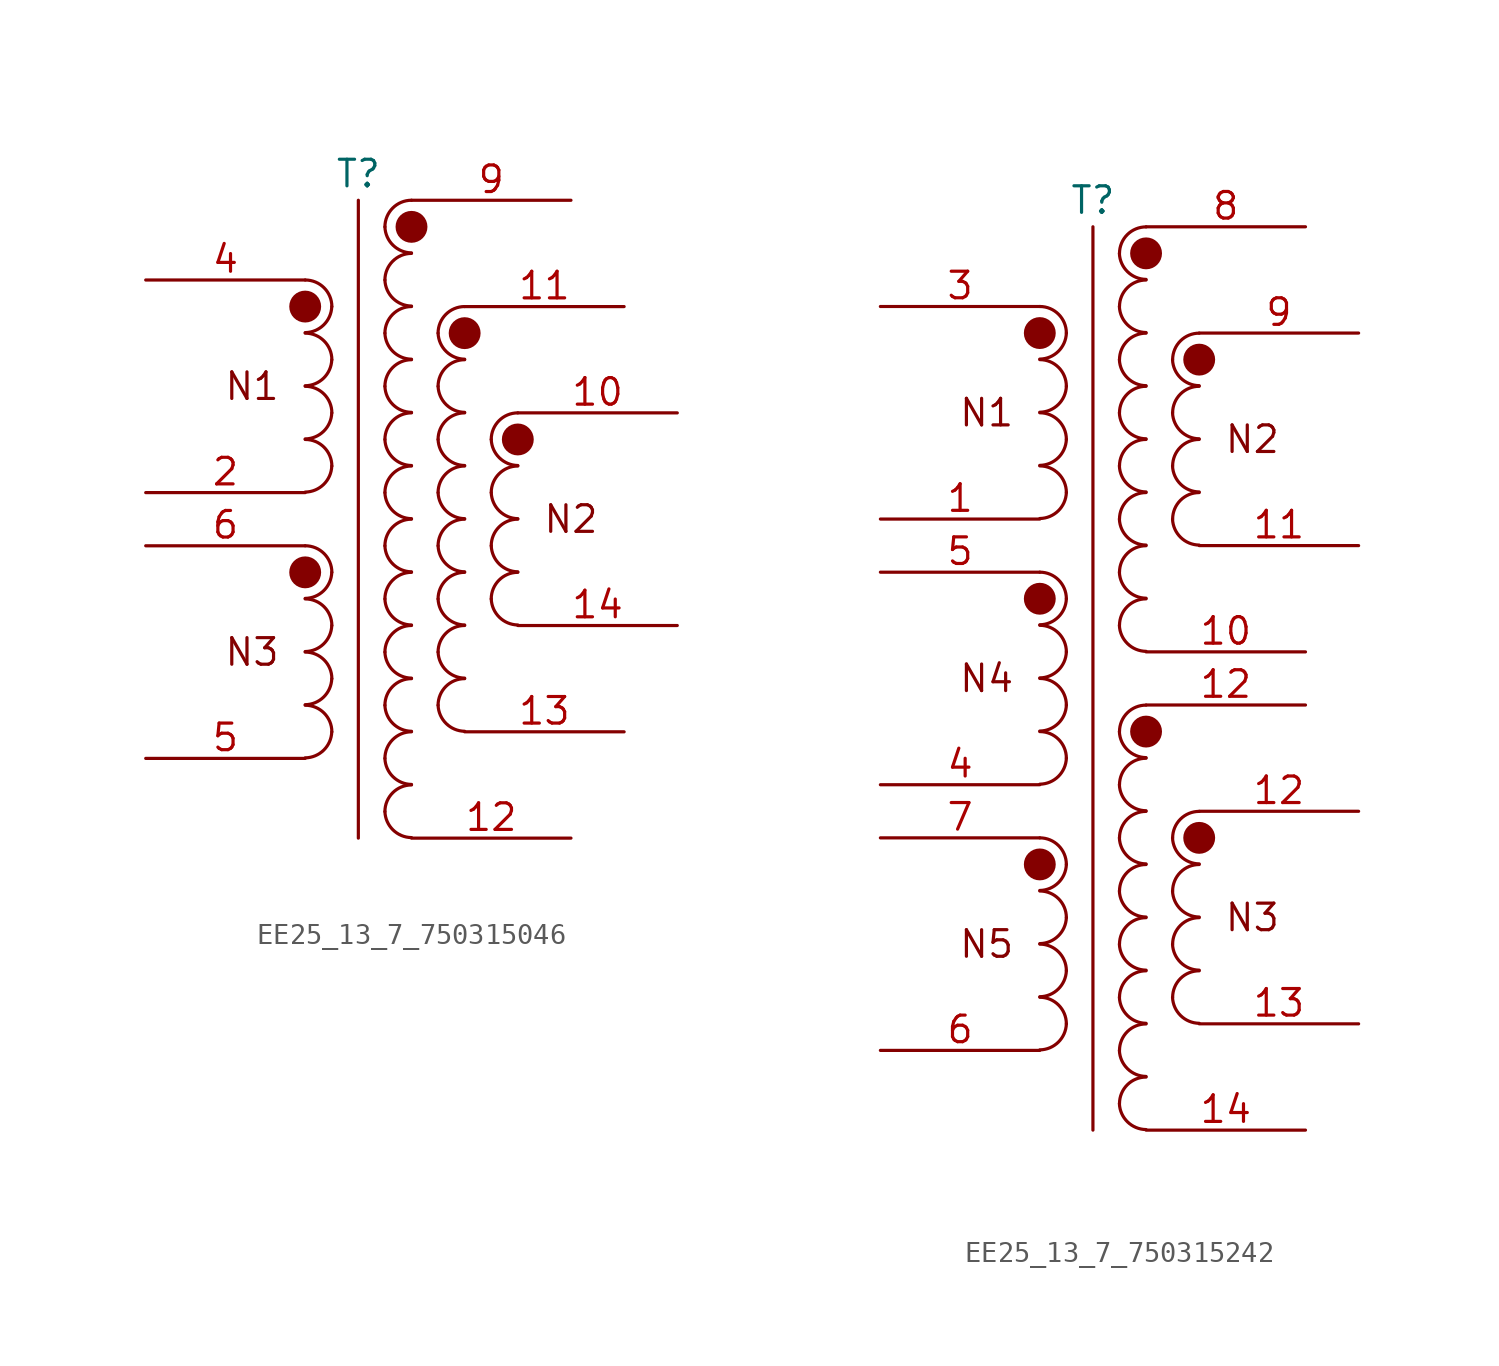
<source format=kicad_sym>
(kicad_symbol_lib
  (version 20220914)
  (generator kicad_symbol_editor)
  (symbol "EE25_13_7_750315046"
    (pin_names hide)
    (property "Reference" "T"
      (at 0 16.51 0)
      (effects (font (size 1.27 1.27))))
    (property "Critical Parameter" ""
      (at 0 -5.08 0)
      (effects (font (size 1.27 1.27)) (justify left)))
    (symbol "EE25_13_7_750315046_0_1"
      (arc (start -2.54 -11.4046) (mid -1.6561 -11.0363) (end -1.27 -10.16) (stroke (width 0) (type default)) (fill (type none)))
      (arc (start -2.54 -8.8646) (mid -1.6561 -8.4963) (end -1.27 -7.62) (stroke (width 0) (type default)) (fill (type none)))
      (arc (start -2.54 -6.3246) (mid -1.6561 -5.9563) (end -1.27 -5.08) (stroke (width 0) (type default)) (fill (type none)))
      (arc (start -2.54 -3.7846) (mid -1.6561 -3.4163) (end -1.27 -2.54) (stroke (width 0) (type default)) (fill (type none)))
      (arc (start -2.54 1.2954) (mid -1.6561 1.6637) (end -1.27 2.54) (stroke (width 0) (type default)) (fill (type none)))
      (arc (start -2.54 3.8354) (mid -1.6561 4.2037) (end -1.27 5.08) (stroke (width 0) (type default)) (fill (type none)))
      (arc (start -2.54 6.3754) (mid -1.6561 6.7437) (end -1.27 7.62) (stroke (width 0) (type default)) (fill (type none)))
      (arc (start -2.54 8.9154) (mid -1.6561 9.2837) (end -1.27 10.16) (stroke (width 0) (type default)) (fill (type none)))
      (arc (start -1.27 -10.16) (mid -1.642 -9.262) (end -2.54 -8.89) (stroke (width 0) (type default)) (fill (type none)))
      (arc (start -1.27 -7.62) (mid -1.642 -6.722) (end -2.54 -6.35) (stroke (width 0) (type default)) (fill (type none)))
      (arc (start -1.27 -5.08) (mid -1.642 -4.182) (end -2.54 -3.81) (stroke (width 0) (type default)) (fill (type none)))
      (arc (start -1.27 -2.54) (mid -1.642 -1.642) (end -2.54 -1.27) (stroke (width 0) (type default)) (fill (type none)))
      (arc (start -1.27 2.54) (mid -1.642 3.438) (end -2.54 3.81) (stroke (width 0) (type default)) (fill (type none)))
      (arc (start -1.27 5.08) (mid -1.642 5.978) (end -2.54 6.35) (stroke (width 0) (type default)) (fill (type none)))
      (arc (start -1.27 7.62) (mid -1.642 8.518) (end -2.54 8.89) (stroke (width 0) (type default)) (fill (type none)))
      (arc (start -1.27 10.16) (mid -1.642 11.058) (end -2.54 11.43) (stroke (width 0) (type default)) (fill (type none)))
      (polyline (pts (xy 0 -15.24) (xy 0 15.24)) (stroke (width 0) (type default)) (fill (type none)))
      (arc (start 1.27 -13.97) (mid 1.656 -14.8464) (end 2.54 -15.2146) (stroke (width 0) (type default)) (fill (type none)))
      (arc (start 1.27 -11.43) (mid 1.656 -12.3064) (end 2.54 -12.6746) (stroke (width 0) (type default)) (fill (type none)))
      (arc (start 1.27 -8.89) (mid 1.656 -9.7664) (end 2.54 -10.1346) (stroke (width 0) (type default)) (fill (type none)))
      (arc (start 1.27 -6.35) (mid 1.656 -7.2264) (end 2.54 -7.5946) (stroke (width 0) (type default)) (fill (type none)))
      (arc (start 1.27 -3.81) (mid 1.656 -4.6864) (end 2.54 -5.0546) (stroke (width 0) (type default)) (fill (type none)))
      (arc (start 1.27 -1.27) (mid 1.656 -2.1464) (end 2.54 -2.5146) (stroke (width 0) (type default)) (fill (type none)))
      (arc (start 1.27 1.27) (mid 1.656 0.3936) (end 2.54 0.0254) (stroke (width 0) (type default)) (fill (type none)))
      (arc (start 1.27 3.81) (mid 1.656 2.9336) (end 2.54 2.5654) (stroke (width 0) (type default)) (fill (type none)))
      (arc (start 1.27 6.35) (mid 1.656 5.4736) (end 2.54 5.1054) (stroke (width 0) (type default)) (fill (type none)))
      (arc (start 1.27 8.89) (mid 1.656 8.0136) (end 2.54 7.6454) (stroke (width 0) (type default)) (fill (type none)))
      (arc (start 1.27 11.43) (mid 1.656 10.5536) (end 2.54 10.1854) (stroke (width 0) (type default)) (fill (type none)))
      (arc (start 1.27 13.97) (mid 1.656 13.0936) (end 2.54 12.7254) (stroke (width 0) (type default)) (fill (type none)))
      (arc (start 2.54 -12.7) (mid 1.642 -13.072) (end 1.27 -13.97) (stroke (width 0) (type default)) (fill (type none)))
      (arc (start 2.54 -10.16) (mid 1.642 -10.532) (end 1.27 -11.43) (stroke (width 0) (type default)) (fill (type none)))
      (arc (start 2.54 -7.62) (mid 1.642 -7.992) (end 1.27 -8.89) (stroke (width 0) (type default)) (fill (type none)))
      (arc (start 2.54 -5.08) (mid 1.642 -5.452) (end 1.27 -6.35) (stroke (width 0) (type default)) (fill (type none)))
      (arc (start 2.54 -2.54) (mid 1.642 -2.912) (end 1.27 -3.81) (stroke (width 0) (type default)) (fill (type none)))
      (arc (start 2.54 0) (mid 1.642 -0.372) (end 1.27 -1.27) (stroke (width 0) (type default)) (fill (type none)))
      (arc (start 2.54 2.54) (mid 1.642 2.168) (end 1.27 1.27) (stroke (width 0) (type default)) (fill (type none)))
      (arc (start 2.54 5.08) (mid 1.642 4.708) (end 1.27 3.81) (stroke (width 0) (type default)) (fill (type none)))
      (arc (start 2.54 7.62) (mid 1.642 7.248) (end 1.27 6.35) (stroke (width 0) (type default)) (fill (type none)))
      (arc (start 2.54 10.16) (mid 1.642 9.788) (end 1.27 8.89) (stroke (width 0) (type default)) (fill (type none)))
      (arc (start 2.54 12.7) (mid 1.642 12.328) (end 1.27 11.43) (stroke (width 0) (type default)) (fill (type none)))
      (arc (start 2.54 15.24) (mid 1.642 14.868) (end 1.27 13.97) (stroke (width 0) (type default)) (fill (type none)))
      (arc (start 3.81 -8.89) (mid 4.196 -9.7664) (end 5.08 -10.1346) (stroke (width 0) (type default)) (fill (type none)))
      (arc (start 3.81 -6.35) (mid 4.196 -7.2264) (end 5.08 -7.5946) (stroke (width 0) (type default)) (fill (type none)))
      (arc (start 3.81 -3.81) (mid 4.196 -4.6864) (end 5.08 -5.0546) (stroke (width 0) (type default)) (fill (type none)))
      (arc (start 3.81 -1.27) (mid 4.196 -2.1464) (end 5.08 -2.5146) (stroke (width 0) (type default)) (fill (type none)))
      (arc (start 3.81 1.27) (mid 4.196 0.3936) (end 5.08 0.0254) (stroke (width 0) (type default)) (fill (type none)))
      (arc (start 3.81 3.81) (mid 4.196 2.9336) (end 5.08 2.5654) (stroke (width 0) (type default)) (fill (type none)))
      (arc (start 3.81 6.35) (mid 4.196 5.4736) (end 5.08 5.1054) (stroke (width 0) (type default)) (fill (type none)))
      (arc (start 3.81 8.89) (mid 4.196 8.0136) (end 5.08 7.6454) (stroke (width 0) (type default)) (fill (type none)))
      (arc (start 5.08 -7.62) (mid 4.182 -7.992) (end 3.81 -8.89) (stroke (width 0) (type default)) (fill (type none)))
      (arc (start 5.08 -5.08) (mid 4.182 -5.452) (end 3.81 -6.35) (stroke (width 0) (type default)) (fill (type none)))
      (arc (start 5.08 -2.54) (mid 4.182 -2.912) (end 3.81 -3.81) (stroke (width 0) (type default)) (fill (type none)))
      (arc (start 5.08 0) (mid 4.182 -0.372) (end 3.81 -1.27) (stroke (width 0) (type default)) (fill (type none)))
      (arc (start 5.08 2.54) (mid 4.182 2.168) (end 3.81 1.27) (stroke (width 0) (type default)) (fill (type none)))
      (arc (start 5.08 5.08) (mid 4.182 4.708) (end 3.81 3.81) (stroke (width 0) (type default)) (fill (type none)))
      (arc (start 5.08 7.62) (mid 4.182 7.248) (end 3.81 6.35) (stroke (width 0) (type default)) (fill (type none)))
      (arc (start 5.08 10.16) (mid 4.182 9.788) (end 3.81 8.89) (stroke (width 0) (type default)) (fill (type none)))
      (arc (start 6.35 -3.81) (mid 6.7361 -4.6863) (end 7.62 -5.0546) (stroke (width 0) (type default)) (fill (type none)))
      (arc (start 6.35 -1.27) (mid 6.7361 -2.1463) (end 7.62 -2.5146) (stroke (width 0) (type default)) (fill (type none)))
      (arc (start 6.35 1.27) (mid 6.7361 0.3937) (end 7.62 0.0254) (stroke (width 0) (type default)) (fill (type none)))
      (arc (start 6.35 3.81) (mid 6.7361 2.9337) (end 7.62 2.5654) (stroke (width 0) (type default)) (fill (type none)))
      (arc (start 7.62 -2.54) (mid 6.722 -2.912) (end 6.35 -3.81) (stroke (width 0) (type default)) (fill (type none)))
      (arc (start 7.62 0) (mid 6.722 -0.372) (end 6.35 -1.27) (stroke (width 0) (type default)) (fill (type none)))
      (arc (start 7.62 2.54) (mid 6.722 2.168) (end 6.35 1.27) (stroke (width 0) (type default)) (fill (type none)))
      (arc (start 7.62 5.08) (mid 6.722 4.708) (end 6.35 3.81) (stroke (width 0) (type default)) (fill (type none))))
    (symbol "EE25_13_7_750315046_1_1"
      (circle (center -2.54 -2.54) (radius 0.0001) (stroke (width 0.762) (type default)) (fill (type none)))
      (circle (center -2.54 10.16) (radius 0.0001) (stroke (width 0.762) (type default)) (fill (type none)))
      (circle (center 2.54 13.97) (radius 0.0001) (stroke (width 0.762) (type default)) (fill (type none)))
      (circle (center 5.08 8.89) (radius 0.0001) (stroke (width 0.762) (type default)) (fill (type none)))
      (circle (center 7.62 3.81) (radius 0.0001) (stroke (width 0.762) (type default)) (fill (type none)))
      (text "N1" (at -5.08 6.35 0) (effects (font (size 1.27 1.27))))
      (text "N2" (at 10.16 0 0) (effects (font (size 1.27 1.27))))
      (text "N3" (at -5.08 -6.35 0) (effects (font (size 1.27 1.27))))
      (pin passive line (at 15.24 5.08 180) (length 7.62) (name "10" (effects (font (size 1.27 1.27)))) (number "10" (effects (font (size 1.27 1.27)))))
      (pin passive line (at 12.7 10.16 180) (length 7.62) (name "11" (effects (font (size 1.27 1.27)))) (number "11" (effects (font (size 1.27 1.27)))))
      (pin passive line (at 10.16 -15.24 180) (length 7.62) (name "12" (effects (font (size 1.27 1.27)))) (number "12" (effects (font (size 1.27 1.27)))))
      (pin passive line (at 12.7 -10.16 180) (length 7.62) (name "13" (effects (font (size 1.27 1.27)))) (number "13" (effects (font (size 1.27 1.27)))))
      (pin passive line (at 15.24 -5.08 180) (length 7.62) (name "14" (effects (font (size 1.27 1.27)))) (number "14" (effects (font (size 1.27 1.27)))))
      (pin passive line (at -10.16 1.27 0) (length 7.62) (name "2" (effects (font (size 1.27 1.27)))) (number "2" (effects (font (size 1.27 1.27)))))
      (pin passive line (at -10.16 11.43 0) (length 7.62) (name "4" (effects (font (size 1.27 1.27)))) (number "4" (effects (font (size 1.27 1.27)))))
      (pin passive line (at -10.16 -11.43 0) (length 7.62) (name "5" (effects (font (size 1.27 1.27)))) (number "5" (effects (font (size 1.27 1.27)))))
      (pin passive line (at -10.16 -1.27 0) (length 7.62) (name "6" (effects (font (size 1.27 1.27)))) (number "6" (effects (font (size 1.27 1.27)))))
      (pin passive line (at 10.16 15.24 180) (length 7.62) (name "9" (effects (font (size 1.27 1.27)))) (number "9" (effects (font (size 1.27 1.27)))))))
  (symbol "EE25_13_7_750315242"
    (pin_names hide)
    (property "Reference" "T"
      (at 0 22.86 0)
      (effects (font (size 1.27 1.27))))
    (property "Critical Parameter" ""
      (at 0 1.27 0)
      (effects (font (size 1.27 1.27)) (justify left)))
    (symbol "EE25_13_7_750315242_0_1"
      (arc (start -2.54 -17.7546) (mid -1.6561 -17.3863) (end -1.27 -16.51) (stroke (width 0) (type default)) (fill (type none)))
      (arc (start -2.54 -15.2146) (mid -1.6561 -14.8463) (end -1.27 -13.97) (stroke (width 0) (type default)) (fill (type none)))
      (arc (start -2.54 -12.6746) (mid -1.6561 -12.3063) (end -1.27 -11.43) (stroke (width 0) (type default)) (fill (type none)))
      (arc (start -2.54 -10.1346) (mid -1.6561 -9.7663) (end -1.27 -8.89) (stroke (width 0) (type default)) (fill (type none)))
      (arc (start -2.54 -5.0546) (mid -1.6561 -4.6863) (end -1.27 -3.81) (stroke (width 0) (type default)) (fill (type none)))
      (arc (start -2.54 -2.5146) (mid -1.6561 -2.1463) (end -1.27 -1.27) (stroke (width 0) (type default)) (fill (type none)))
      (arc (start -2.54 0.0254) (mid -1.6561 0.3937) (end -1.27 1.27) (stroke (width 0) (type default)) (fill (type none)))
      (arc (start -2.54 2.5654) (mid -1.6561 2.9337) (end -1.27 3.81) (stroke (width 0) (type default)) (fill (type none)))
      (arc (start -2.54 7.6454) (mid -1.6561 8.0137) (end -1.27 8.89) (stroke (width 0) (type default)) (fill (type none)))
      (arc (start -2.54 10.1854) (mid -1.6561 10.5537) (end -1.27 11.43) (stroke (width 0) (type default)) (fill (type none)))
      (arc (start -2.54 12.7254) (mid -1.6561 13.0937) (end -1.27 13.97) (stroke (width 0) (type default)) (fill (type none)))
      (arc (start -2.54 15.2654) (mid -1.6561 15.6337) (end -1.27 16.51) (stroke (width 0) (type default)) (fill (type none)))
      (arc (start -1.27 -16.51) (mid -1.642 -15.612) (end -2.54 -15.24) (stroke (width 0) (type default)) (fill (type none)))
      (arc (start -1.27 -13.97) (mid -1.642 -13.072) (end -2.54 -12.7) (stroke (width 0) (type default)) (fill (type none)))
      (arc (start -1.27 -11.43) (mid -1.642 -10.532) (end -2.54 -10.16) (stroke (width 0) (type default)) (fill (type none)))
      (arc (start -1.27 -8.89) (mid -1.642 -7.992) (end -2.54 -7.62) (stroke (width 0) (type default)) (fill (type none)))
      (arc (start -1.27 -3.81) (mid -1.642 -2.912) (end -2.54 -2.54) (stroke (width 0) (type default)) (fill (type none)))
      (arc (start -1.27 -1.27) (mid -1.642 -0.372) (end -2.54 0) (stroke (width 0) (type default)) (fill (type none)))
      (arc (start -1.27 1.27) (mid -1.642 2.168) (end -2.54 2.54) (stroke (width 0) (type default)) (fill (type none)))
      (arc (start -1.27 3.81) (mid -1.642 4.708) (end -2.54 5.08) (stroke (width 0) (type default)) (fill (type none)))
      (arc (start -1.27 8.89) (mid -1.642 9.788) (end -2.54 10.16) (stroke (width 0) (type default)) (fill (type none)))
      (arc (start -1.27 11.43) (mid -1.642 12.328) (end -2.54 12.7) (stroke (width 0) (type default)) (fill (type none)))
      (arc (start -1.27 13.97) (mid -1.642 14.868) (end -2.54 15.24) (stroke (width 0) (type default)) (fill (type none)))
      (arc (start -1.27 16.51) (mid -1.642 17.408) (end -2.54 17.78) (stroke (width 0) (type default)) (fill (type none)))
      (polyline (pts (xy 0 -21.59) (xy 0 21.59)) (stroke (width 0) (type default)) (fill (type none)))
      (arc (start 1.27 -20.32) (mid 1.656 -21.1964) (end 2.54 -21.5646) (stroke (width 0) (type default)) (fill (type none)))
      (arc (start 1.27 -17.78) (mid 1.656 -18.6564) (end 2.54 -19.0246) (stroke (width 0) (type default)) (fill (type none)))
      (arc (start 1.27 -15.24) (mid 1.656 -16.1164) (end 2.54 -16.4846) (stroke (width 0) (type default)) (fill (type none)))
      (arc (start 1.27 -12.7) (mid 1.656 -13.5764) (end 2.54 -13.9446) (stroke (width 0) (type default)) (fill (type none)))
      (arc (start 1.27 -10.16) (mid 1.656 -11.0364) (end 2.54 -11.4046) (stroke (width 0) (type default)) (fill (type none)))
      (arc (start 1.27 -7.62) (mid 1.656 -8.4964) (end 2.54 -8.8646) (stroke (width 0) (type default)) (fill (type none)))
      (arc (start 1.27 -5.08) (mid 1.656 -5.9564) (end 2.54 -6.3246) (stroke (width 0) (type default)) (fill (type none)))
      (arc (start 1.27 -2.54) (mid 1.656 -3.4164) (end 2.54 -3.7846) (stroke (width 0) (type default)) (fill (type none)))
      (arc (start 1.27 2.54) (mid 1.656 1.6636) (end 2.54 1.2954) (stroke (width 0) (type default)) (fill (type none)))
      (arc (start 1.27 5.08) (mid 1.656 4.2036) (end 2.54 3.8354) (stroke (width 0) (type default)) (fill (type none)))
      (arc (start 1.27 7.62) (mid 1.656 6.7436) (end 2.54 6.3754) (stroke (width 0) (type default)) (fill (type none)))
      (arc (start 1.27 10.16) (mid 1.656 9.2836) (end 2.54 8.9154) (stroke (width 0) (type default)) (fill (type none)))
      (arc (start 1.27 12.7) (mid 1.656 11.8236) (end 2.54 11.4554) (stroke (width 0) (type default)) (fill (type none)))
      (arc (start 1.27 15.24) (mid 1.656 14.3636) (end 2.54 13.9954) (stroke (width 0) (type default)) (fill (type none)))
      (arc (start 1.27 17.78) (mid 1.656 16.9036) (end 2.54 16.5354) (stroke (width 0) (type default)) (fill (type none)))
      (arc (start 1.27 20.32) (mid 1.656 19.4436) (end 2.54 19.0754) (stroke (width 0) (type default)) (fill (type none)))
      (arc (start 2.54 -19.05) (mid 1.642 -19.422) (end 1.27 -20.32) (stroke (width 0) (type default)) (fill (type none)))
      (arc (start 2.54 -16.51) (mid 1.642 -16.882) (end 1.27 -17.78) (stroke (width 0) (type default)) (fill (type none)))
      (arc (start 2.54 -13.97) (mid 1.642 -14.342) (end 1.27 -15.24) (stroke (width 0) (type default)) (fill (type none)))
      (arc (start 2.54 -11.43) (mid 1.642 -11.802) (end 1.27 -12.7) (stroke (width 0) (type default)) (fill (type none)))
      (arc (start 2.54 -8.89) (mid 1.642 -9.262) (end 1.27 -10.16) (stroke (width 0) (type default)) (fill (type none)))
      (arc (start 2.54 -6.35) (mid 1.642 -6.722) (end 1.27 -7.62) (stroke (width 0) (type default)) (fill (type none)))
      (arc (start 2.54 -3.81) (mid 1.642 -4.182) (end 1.27 -5.08) (stroke (width 0) (type default)) (fill (type none)))
      (arc (start 2.54 -1.27) (mid 1.642 -1.642) (end 1.27 -2.54) (stroke (width 0) (type default)) (fill (type none)))
      (arc (start 2.54 3.81) (mid 1.642 3.438) (end 1.27 2.54) (stroke (width 0) (type default)) (fill (type none)))
      (arc (start 2.54 6.35) (mid 1.642 5.978) (end 1.27 5.08) (stroke (width 0) (type default)) (fill (type none)))
      (arc (start 2.54 8.89) (mid 1.642 8.518) (end 1.27 7.62) (stroke (width 0) (type default)) (fill (type none)))
      (arc (start 2.54 11.43) (mid 1.642 11.058) (end 1.27 10.16) (stroke (width 0) (type default)) (fill (type none)))
      (arc (start 2.54 13.97) (mid 1.642 13.598) (end 1.27 12.7) (stroke (width 0) (type default)) (fill (type none)))
      (arc (start 2.54 16.51) (mid 1.642 16.138) (end 1.27 15.24) (stroke (width 0) (type default)) (fill (type none)))
      (arc (start 2.54 19.05) (mid 1.642 18.678) (end 1.27 17.78) (stroke (width 0) (type default)) (fill (type none)))
      (arc (start 2.54 21.59) (mid 1.642 21.218) (end 1.27 20.32) (stroke (width 0) (type default)) (fill (type none)))
      (arc (start 3.81 -15.24) (mid 4.196 -16.1164) (end 5.08 -16.4846) (stroke (width 0) (type default)) (fill (type none)))
      (arc (start 3.81 -12.7) (mid 4.196 -13.5764) (end 5.08 -13.9446) (stroke (width 0) (type default)) (fill (type none)))
      (arc (start 3.81 -10.16) (mid 4.196 -11.0364) (end 5.08 -11.4046) (stroke (width 0) (type default)) (fill (type none)))
      (arc (start 3.81 -7.62) (mid 4.196 -8.4964) (end 5.08 -8.8646) (stroke (width 0) (type default)) (fill (type none)))
      (arc (start 3.81 7.62) (mid 4.1961 6.7437) (end 5.08 6.3754) (stroke (width 0) (type default)) (fill (type none)))
      (arc (start 3.81 10.16) (mid 4.1961 9.2837) (end 5.08 8.9154) (stroke (width 0) (type default)) (fill (type none)))
      (arc (start 3.81 12.7) (mid 4.1961 11.8237) (end 5.08 11.4554) (stroke (width 0) (type default)) (fill (type none)))
      (arc (start 3.81 15.24) (mid 4.1961 14.3637) (end 5.08 13.9954) (stroke (width 0) (type default)) (fill (type none)))
      (arc (start 5.08 -13.97) (mid 4.182 -14.342) (end 3.81 -15.24) (stroke (width 0) (type default)) (fill (type none)))
      (arc (start 5.08 -11.43) (mid 4.182 -11.802) (end 3.81 -12.7) (stroke (width 0) (type default)) (fill (type none)))
      (arc (start 5.08 -8.89) (mid 4.182 -9.262) (end 3.81 -10.16) (stroke (width 0) (type default)) (fill (type none)))
      (arc (start 5.08 -6.35) (mid 4.182 -6.722) (end 3.81 -7.62) (stroke (width 0) (type default)) (fill (type none)))
      (arc (start 5.08 8.89) (mid 4.182 8.518) (end 3.81 7.62) (stroke (width 0) (type default)) (fill (type none)))
      (arc (start 5.08 11.43) (mid 4.182 11.058) (end 3.81 10.16) (stroke (width 0) (type default)) (fill (type none)))
      (arc (start 5.08 13.97) (mid 4.182 13.598) (end 3.81 12.7) (stroke (width 0) (type default)) (fill (type none)))
      (arc (start 5.08 16.51) (mid 4.182 16.138) (end 3.81 15.24) (stroke (width 0) (type default)) (fill (type none))))
    (symbol "EE25_13_7_750315242_1_1"
      (circle (center -2.54 -8.89) (radius 0.0001) (stroke (width 0.762) (type default)) (fill (type none)))
      (circle (center -2.54 3.81) (radius 0.0001) (stroke (width 0.762) (type default)) (fill (type none)))
      (circle (center -2.54 16.51) (radius 0.0001) (stroke (width 0.762) (type default)) (fill (type none)))
      (circle (center 2.54 -2.54) (radius 0.0001) (stroke (width 0.762) (type default)) (fill (type none)))
      (circle (center 2.54 20.32) (radius 0.0001) (stroke (width 0.762) (type default)) (fill (type none)))
      (circle (center 5.08 -7.62) (radius 0.0001) (stroke (width 0.762) (type default)) (fill (type none)))
      (circle (center 5.08 15.24) (radius 0.0001) (stroke (width 0.762) (type default)) (fill (type none)))
      (text "N1" (at -5.08 12.7 0) (effects (font (size 1.27 1.27))))
      (text "N2" (at 7.62 11.43 0) (effects (font (size 1.27 1.27))))
      (text "N3" (at 7.62 -11.43 0) (effects (font (size 1.27 1.27))))
      (text "N4" (at -5.08 0 0) (effects (font (size 1.27 1.27))))
      (text "N5" (at -5.08 -12.7 0) (effects (font (size 1.27 1.27))))
      (pin passive line (at -10.16 7.62 0) (length 7.62) (name "1" (effects (font (size 1.27 1.27)))) (number "1" (effects (font (size 1.27 1.27)))))
      (pin passive line (at 10.16 1.27 180) (length 7.62) (name "10" (effects (font (size 1.27 1.27)))) (number "10" (effects (font (size 1.27 1.27)))))
      (pin passive line (at 12.7 6.35 180) (length 7.62) (name "11" (effects (font (size 1.27 1.27)))) (number "11" (effects (font (size 1.27 1.27)))))
      (pin passive line (at 10.16 -1.27 180) (length 7.62) (name "12" (effects (font (size 1.27 1.27)))) (number "12" (effects (font (size 1.27 1.27)))))
      (pin passive line (at 12.7 -6.35 180) (length 7.62) (name "12" (effects (font (size 1.27 1.27)))) (number "12" (effects (font (size 1.27 1.27)))))
      (pin passive line (at 12.7 -16.51 180) (length 7.62) (name "13" (effects (font (size 1.27 1.27)))) (number "13" (effects (font (size 1.27 1.27)))))
      (pin passive line (at 10.16 -21.59 180) (length 7.62) (name "14" (effects (font (size 1.27 1.27)))) (number "14" (effects (font (size 1.27 1.27)))))
      (pin passive line (at -10.16 17.78 0) (length 7.62) (name "3" (effects (font (size 1.27 1.27)))) (number "3" (effects (font (size 1.27 1.27)))))
      (pin passive line (at -10.16 -5.08 0) (length 7.62) (name "4" (effects (font (size 1.27 1.27)))) (number "4" (effects (font (size 1.27 1.27)))))
      (pin passive line (at -10.16 5.08 0) (length 7.62) (name "5" (effects (font (size 1.27 1.27)))) (number "5" (effects (font (size 1.27 1.27)))))
      (pin passive line (at -10.16 -17.78 0) (length 7.62) (name "6" (effects (font (size 1.27 1.27)))) (number "6" (effects (font (size 1.27 1.27)))))
      (pin passive line (at -10.16 -7.62 0) (length 7.62) (name "7" (effects (font (size 1.27 1.27)))) (number "7" (effects (font (size 1.27 1.27)))))
      (pin passive line (at 10.16 21.59 180) (length 7.62) (name "8" (effects (font (size 1.27 1.27)))) (number "8" (effects (font (size 1.27 1.27)))))
      (pin passive line (at 12.7 16.51 180) (length 7.62) (name "9" (effects (font (size 1.27 1.27)))) (number "9" (effects (font (size 1.27 1.27))))))))
</source>
